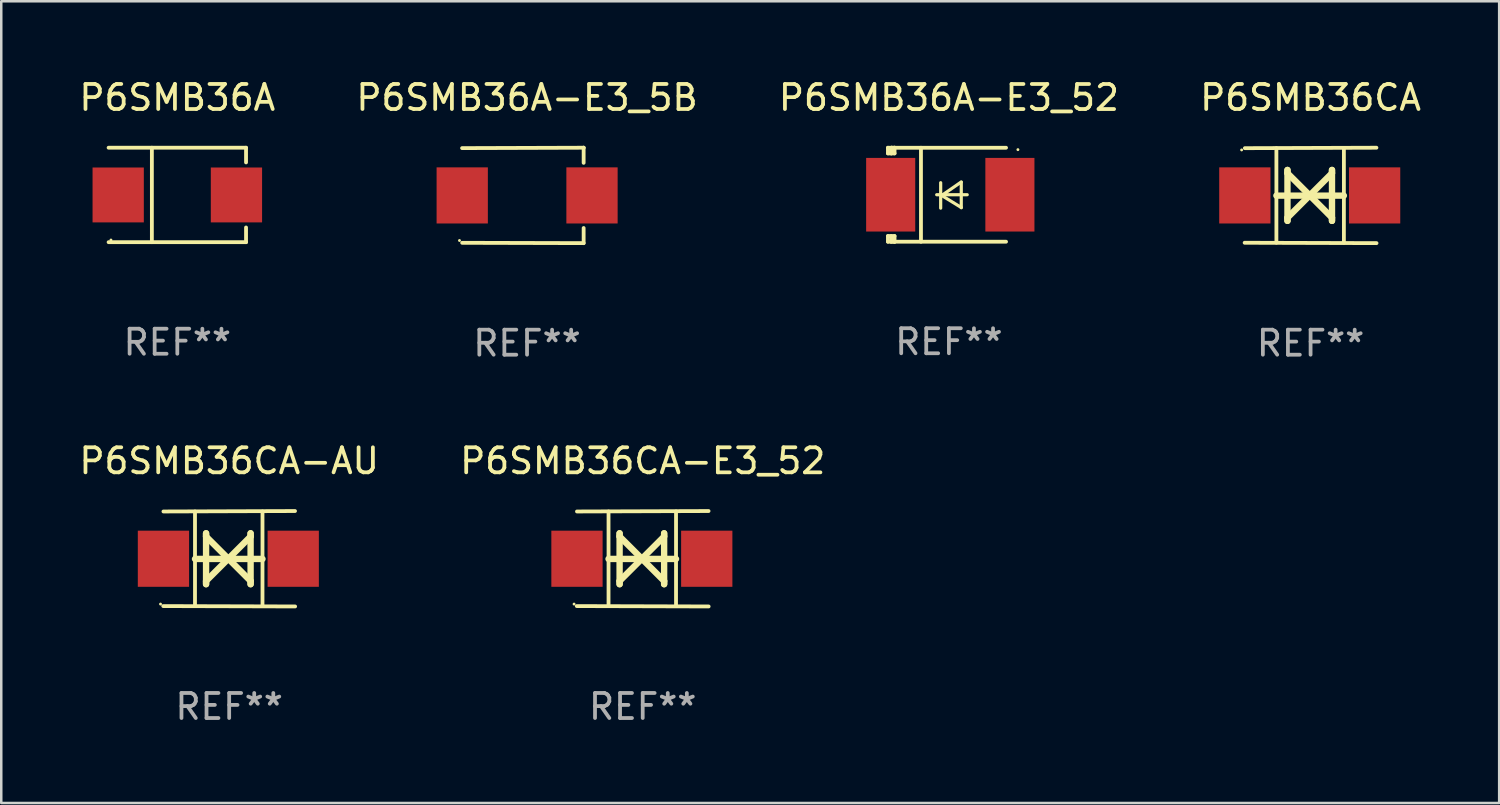
<source format=kicad_pcb>
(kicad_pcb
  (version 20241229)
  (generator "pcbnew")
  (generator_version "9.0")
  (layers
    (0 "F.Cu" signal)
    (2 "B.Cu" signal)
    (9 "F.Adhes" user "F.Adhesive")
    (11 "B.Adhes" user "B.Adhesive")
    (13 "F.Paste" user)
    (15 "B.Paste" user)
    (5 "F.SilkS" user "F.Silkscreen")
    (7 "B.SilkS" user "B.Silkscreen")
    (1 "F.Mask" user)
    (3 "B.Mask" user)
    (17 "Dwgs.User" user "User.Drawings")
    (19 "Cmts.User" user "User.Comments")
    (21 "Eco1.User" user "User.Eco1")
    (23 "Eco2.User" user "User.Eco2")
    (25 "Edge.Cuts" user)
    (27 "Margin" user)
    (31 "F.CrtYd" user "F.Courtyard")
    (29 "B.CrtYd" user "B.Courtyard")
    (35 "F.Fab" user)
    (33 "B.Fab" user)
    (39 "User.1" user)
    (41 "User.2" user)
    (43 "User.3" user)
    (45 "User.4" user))
  (footprint "P6SMB36CA-AU"
    (layer "F.Cu")
    (at 6.101 19.26)
    (property "Reference" "P6SMB36CA-AU" (at 0 -3.905 0) (layer "F.SilkS") (effects (font (size 1 1) (thickness 0.15))))
    (attr through_hole)
    (fp_line (start -1.365 1.886) (end -1.365 -1.886) (stroke (width 0.152) (type solid)) (layer "F.SilkS"))
    (fp_line (start -1.365 0.008) (end 1.33 0.008) (stroke (width 0.254) (type solid)) (layer "F.SilkS"))
    (fp_line (start -0.923 -1.016) (end -0.923 1.016) (stroke (width 0.254) (type solid)) (layer "F.SilkS"))
    (fp_line (start -0.923 -0.889) (end -0.923 -1.016) (stroke (width 0.254) (type solid)) (layer "F.SilkS"))
    (fp_line (start -0.923 0.889) (end -0.034 0) (stroke (width 0.254) (type solid)) (layer "F.SilkS"))
    (fp_line (start -0.923 1.016) (end -0.923 0.889) (stroke (width 0.254) (type solid)) (layer "F.SilkS"))
    (fp_line (start -0.034 0) (end -0.923 -0.889) (stroke (width 0.254) (type solid)) (layer "F.SilkS"))
    (fp_line (start -0.034 0) (end 0.855 0.889) (stroke (width 0.254) (type solid)) (layer "F.SilkS"))
    (fp_line (start 0.855 -1.016) (end 0.855 -0.889) (stroke (width 0.254) (type solid)) (layer "F.SilkS"))
    (fp_line (start 0.855 -0.889) (end -0.034 0) (stroke (width 0.254) (type solid)) (layer "F.SilkS"))
    (fp_line (start 0.855 0.889) (end 0.855 1.016) (stroke (width 0.254) (type solid)) (layer "F.SilkS"))
    (fp_line (start 0.855 1.016) (end 0.855 -1.016) (stroke (width 0.254) (type solid)) (layer "F.SilkS"))
    (fp_line (start 1.33 1.886) (end 1.33 -1.886) (stroke (width 0.152) (type solid)) (layer "F.SilkS"))
    (fp_line (start 2.629 -1.905) (end -2.625 -1.887) (stroke (width 0.152) (type solid)) (layer "F.SilkS"))
    (fp_line (start 2.633 1.905) (end -2.633 1.89) (stroke (width 0.152) (type solid)) (layer "F.SilkS"))
    (fp_circle (center -2.741 1.81) (end -2.711 1.81) (stroke (width 0.06) (type solid)) (fill no) (layer "F.SilkS"))
    (fp_text user "REF**" (at 0 5.905 0) (layer "F.Fab") (effects (font (size 1 1) (thickness 0.15))))
    (pad "1" smd rect (at -2.625 0) (size 2.047 2.241) (layers "F.Cu" "F.Mask" "F.Paste"))
    (pad "2" smd rect (at 2.557 0) (size 2.047 2.241) (layers "F.Cu" "F.Mask" "F.Paste")))
  (footprint "P6SMB36CA"
    (layer "F.Cu")
    (at 49.28 4.753)
    (property "Reference" "P6SMB36CA" (at 0 -3.905 0) (layer "F.SilkS") (effects (font (size 1 1) (thickness 0.15))))
    (attr through_hole)
    (fp_line (start -1.365 1.886) (end -1.365 -1.886) (stroke (width 0.152) (type solid)) (layer "F.SilkS"))
    (fp_line (start -1.365 0.008) (end 1.33 0.008) (stroke (width 0.254) (type solid)) (layer "F.SilkS"))
    (fp_line (start -0.923 -1.016) (end -0.923 1.016) (stroke (width 0.254) (type solid)) (layer "F.SilkS"))
    (fp_line (start -0.923 -0.889) (end -0.923 -1.016) (stroke (width 0.254) (type solid)) (layer "F.SilkS"))
    (fp_line (start -0.923 0.889) (end -0.034 0) (stroke (width 0.254) (type solid)) (layer "F.SilkS"))
    (fp_line (start -0.923 1.016) (end -0.923 0.889) (stroke (width 0.254) (type solid)) (layer "F.SilkS"))
    (fp_line (start -0.034 0) (end -0.923 -0.889) (stroke (width 0.254) (type solid)) (layer "F.SilkS"))
    (fp_line (start -0.034 0) (end 0.855 0.889) (stroke (width 0.254) (type solid)) (layer "F.SilkS"))
    (fp_line (start 0.855 -1.016) (end 0.855 -0.889) (stroke (width 0.254) (type solid)) (layer "F.SilkS"))
    (fp_line (start 0.855 -0.889) (end -0.034 0) (stroke (width 0.254) (type solid)) (layer "F.SilkS"))
    (fp_line (start 0.855 0.889) (end 0.855 1.016) (stroke (width 0.254) (type solid)) (layer "F.SilkS"))
    (fp_line (start 0.855 1.016) (end 0.855 -1.016) (stroke (width 0.254) (type solid)) (layer "F.SilkS"))
    (fp_line (start 1.33 1.886) (end 1.33 -1.886) (stroke (width 0.152) (type solid)) (layer "F.SilkS"))
    (fp_line (start 2.629 -1.905) (end -2.625 -1.887) (stroke (width 0.152) (type solid)) (layer "F.SilkS"))
    (fp_line (start 2.633 1.905) (end -2.633 1.89) (stroke (width 0.152) (type solid)) (layer "F.SilkS"))
    (fp_circle (center -2.753 -1.816) (end -2.723 -1.816) (stroke (width 0.06) (type solid)) (fill no) (layer "F.SilkS"))
    (fp_text user "REF**" (at 0 5.905 0) (layer "F.Fab") (effects (font (size 1 1) (thickness 0.15))))
    (pad "1" smd rect (at -2.625 0) (size 2.047 2.241) (layers "F.Cu" "F.Mask" "F.Paste"))
    (pad "2" smd rect (at 2.557 0) (size 2.047 2.241) (layers "F.Cu" "F.Mask" "F.Paste")))
  (footprint "P6SMB36A-E3_52"
    (layer "F.Cu")
    (at 34.839 4.725)
    (property "Reference" "P6SMB36A-E3_52" (at 0 -3.876 0) (layer "F.SilkS") (effects (font (size 1 1) (thickness 0.15))))
    (attr through_hole)
    (fp_line (start -2.435 1.65) (end -2.171 1.65) (stroke (width 0.152) (type solid)) (layer "F.SilkS"))
    (fp_line (start -2.435 1.876) (end -2.435 1.65) (stroke (width 0.152) (type solid)) (layer "F.SilkS"))
    (fp_line (start -2.435 -1.876) (end -2.171 -1.876) (stroke (width 0.152) (type solid)) (layer "F.SilkS"))
    (fp_line (start -2.435 -1.65) (end -2.435 -1.876) (stroke (width 0.152) (type solid)) (layer "F.SilkS"))
    (fp_line (start -2.305 -1.866) (end -2.295 -1.876) (stroke (width 0.152) (type solid)) (layer "F.SilkS"))
    (fp_line (start -2.305 -1.65) (end -2.305 -1.866) (stroke (width 0.152) (type solid)) (layer "F.SilkS"))
    (fp_line (start -2.305 1.876) (end -2.305 1.65) (stroke (width 0.152) (type solid)) (layer "F.SilkS"))
    (fp_line (start -2.295 -1.876) (end -2.295 -1.65) (stroke (width 0.152) (type solid)) (layer "F.SilkS"))
    (fp_line (start -2.171 1.876) (end -2.435 1.876) (stroke (width 0.152) (type solid)) (layer "F.SilkS"))
    (fp_line (start -2.171 -1.65) (end -2.435 -1.65) (stroke (width 0.152) (type solid)) (layer "F.SilkS"))
    (fp_line (start -2.171 -1.876) (end -2.295 -1.876) (stroke (width 0.152) (type solid)) (layer "F.SilkS"))
    (fp_line (start -2.171 -1.65) (end -2.171 -1.876) (stroke (width 0.152) (type solid)) (layer "F.SilkS"))
    (fp_line (start -2.171 1.876) (end -2.305 1.876) (stroke (width 0.152) (type solid)) (layer "F.SilkS"))
    (fp_line (start -2.171 1.876) (end -2.171 1.65) (stroke (width 0.152) (type solid)) (layer "F.SilkS"))
    (fp_line (start -1.116 1.876) (end -1.116 -1.876) (stroke (width 0.152) (type solid)) (layer "F.SilkS"))
    (fp_line (start -0.488 0.000102) (end 0.731 0.000102) (stroke (width 0.127) (type solid)) (layer "F.SilkS"))
    (fp_line (start -0.329 -0.48) (end -0.329 0.536) (stroke (width 0.127) (type solid)) (layer "F.SilkS"))
    (fp_line (start -0.29 0.03) (end 0.493 0.51) (stroke (width 0.127) (type solid)) (layer "F.SilkS"))
    (fp_line (start 0.493 -0.51) (end -0.29 0.03) (stroke (width 0.127) (type solid)) (layer "F.SilkS"))
    (fp_line (start 0.493 0.52) (end 0.493 -0.496) (stroke (width 0.127) (type solid)) (layer "F.SilkS"))
    (fp_line (start 2.281 -1.876) (end -2.171 -1.876) (stroke (width 0.152) (type solid)) (layer "F.SilkS"))
    (fp_line (start 2.281 1.876) (end -2.171 1.876) (stroke (width 0.152) (type solid)) (layer "F.SilkS"))
    (fp_circle (center 2.755 -1.8) (end 2.785 -1.8) (stroke (width 0.06) (type solid)) (fill no) (layer "F.SilkS"))
    (fp_text user "REF**" (at 0 5.876 0) (layer "F.Fab") (effects (font (size 1 1) (thickness 0.15))))
    (pad "1" smd rect (at 2.435 -0.000025 180) (size 1.96 2.94) (layers "F.Cu" "F.Mask" "F.Paste"))
    (pad "2" smd rect (at -2.325 -0.000025 180) (size 1.96 2.94) (layers "F.Cu" "F.Mask" "F.Paste")))
  (footprint "P6SMB36A-E3_5B"
    (layer "F.Cu")
    (at 17.994 4.753)
    (property "Reference" "P6SMB36A-E3_5B" (at 0 -3.905 0) (layer "F.SilkS") (effects (font (size 1 1) (thickness 0.15))))
    (attr through_hole)
    (fp_line (start 2.256 -1.905) (end -2.594 -1.889) (stroke (width 0.152) (type solid)) (layer "F.SilkS"))
    (fp_line (start 2.256 -1.905) (end 2.26 -1.905) (stroke (width 0.152) (type solid)) (layer "F.SilkS"))
    (fp_line (start 2.26 -1.905) (end 2.26 -1.301) (stroke (width 0.152) (type solid)) (layer "F.SilkS"))
    (fp_line (start 2.26 1.301) (end 2.26 1.905) (stroke (width 0.152) (type solid)) (layer "F.SilkS"))
    (fp_line (start 2.26 1.905) (end -2.59 1.892) (stroke (width 0.152) (type solid)) (layer "F.SilkS"))
    (fp_circle (center -2.697 1.8) (end -2.667 1.8) (stroke (width 0.06) (type solid)) (fill no) (layer "F.SilkS"))
    (fp_text user "REF**" (at 0 5.905 0) (layer "F.Fab") (effects (font (size 1 1) (thickness 0.15))))
    (pad "1" smd rect (at -2.588 0) (size 2.047 2.241) (layers "F.Cu" "F.Mask" "F.Paste"))
    (pad "2" smd rect (at 2.594 0) (size 2.047 2.241) (layers "F.Cu" "F.Mask" "F.Paste")))
  (footprint "P6SMB36A"
    (layer "F.Cu")
    (at 4.03 4.734)
    (property "Reference" "P6SMB36A" (at 0 -3.886 0) (layer "F.SilkS") (effects (font (size 1 1) (thickness 0.15))))
    (attr through_hole)
    (fp_line (start -2.744 -1.886) (end 2.744 -1.886) (stroke (width 0.152) (type solid)) (layer "F.SilkS"))
    (fp_line (start -2.744 1.886) (end 2.744 1.886) (stroke (width 0.152) (type solid)) (layer "F.SilkS"))
    (fp_line (start -1.016 -1.886) (end -1.016 1.886) (stroke (width 0.152) (type solid)) (layer "F.SilkS"))
    (fp_line (start 2.744 -1.886) (end 2.744 -1.299) (stroke (width 0.152) (type solid)) (layer "F.SilkS"))
    (fp_line (start 2.744 1.886) (end 2.744 1.299) (stroke (width 0.152) (type solid)) (layer "F.SilkS"))
    (fp_circle (center -2.65 1.8) (end -2.62 1.8) (stroke (width 0.06) (type solid)) (fill no) (layer "F.SilkS"))
    (fp_text user "REF**" (at 0 5.886 0) (layer "F.Fab") (effects (font (size 1 1) (thickness 0.15))))
    (pad "1" smd rect (at -2.361 0) (size 2.047 2.192) (layers "F.Cu" "F.Mask" "F.Paste"))
    (pad "2" smd rect (at 2.361 0) (size 2.047 2.192) (layers "F.Cu" "F.Mask" "F.Paste")))
  (footprint "P6SMB36CA-E3_52"
    (layer "F.Cu")
    (at 22.613 19.26)
    (property "Reference" "P6SMB36CA-E3_52" (at 0 -3.905 0) (layer "F.SilkS") (effects (font (size 1 1) (thickness 0.15))))
    (attr through_hole)
    (fp_line (start -1.365 1.886) (end -1.365 -1.886) (stroke (width 0.152) (type solid)) (layer "F.SilkS"))
    (fp_line (start -1.365 0.008) (end 1.33 0.008) (stroke (width 0.254) (type solid)) (layer "F.SilkS"))
    (fp_line (start -0.923 -1.016) (end -0.923 1.016) (stroke (width 0.254) (type solid)) (layer "F.SilkS"))
    (fp_line (start -0.923 -0.889) (end -0.923 -1.016) (stroke (width 0.254) (type solid)) (layer "F.SilkS"))
    (fp_line (start -0.923 0.889) (end -0.034 0) (stroke (width 0.254) (type solid)) (layer "F.SilkS"))
    (fp_line (start -0.923 1.016) (end -0.923 0.889) (stroke (width 0.254) (type solid)) (layer "F.SilkS"))
    (fp_line (start -0.034 0) (end -0.923 -0.889) (stroke (width 0.254) (type solid)) (layer "F.SilkS"))
    (fp_line (start -0.034 0) (end 0.855 0.889) (stroke (width 0.254) (type solid)) (layer "F.SilkS"))
    (fp_line (start 0.855 -1.016) (end 0.855 -0.889) (stroke (width 0.254) (type solid)) (layer "F.SilkS"))
    (fp_line (start 0.855 -0.889) (end -0.034 0) (stroke (width 0.254) (type solid)) (layer "F.SilkS"))
    (fp_line (start 0.855 0.889) (end 0.855 1.016) (stroke (width 0.254) (type solid)) (layer "F.SilkS"))
    (fp_line (start 0.855 1.016) (end 0.855 -1.016) (stroke (width 0.254) (type solid)) (layer "F.SilkS"))
    (fp_line (start 1.33 1.886) (end 1.33 -1.886) (stroke (width 0.152) (type solid)) (layer "F.SilkS"))
    (fp_line (start 2.629 -1.905) (end -2.625 -1.887) (stroke (width 0.152) (type solid)) (layer "F.SilkS"))
    (fp_line (start 2.633 1.905) (end -2.633 1.89) (stroke (width 0.152) (type solid)) (layer "F.SilkS"))
    (fp_circle (center -2.741 1.81) (end -2.711 1.81) (stroke (width 0.06) (type solid)) (fill no) (layer "F.SilkS"))
    (fp_text user "REF**" (at 0 5.905 0) (layer "F.Fab") (effects (font (size 1 1) (thickness 0.15))))
    (pad "1" smd rect (at -2.625 0) (size 2.047 2.241) (layers "F.Cu" "F.Mask" "F.Paste"))
    (pad "2" smd rect (at 2.557 0) (size 2.047 2.241) (layers "F.Cu" "F.Mask" "F.Paste")))
  (gr_rect
    (start -3 -3)
    (end 56.81 29.013)
    (stroke (width 0.1) (type default))
    (fill no)
    (layer "Edge.Cuts")))
</source>
